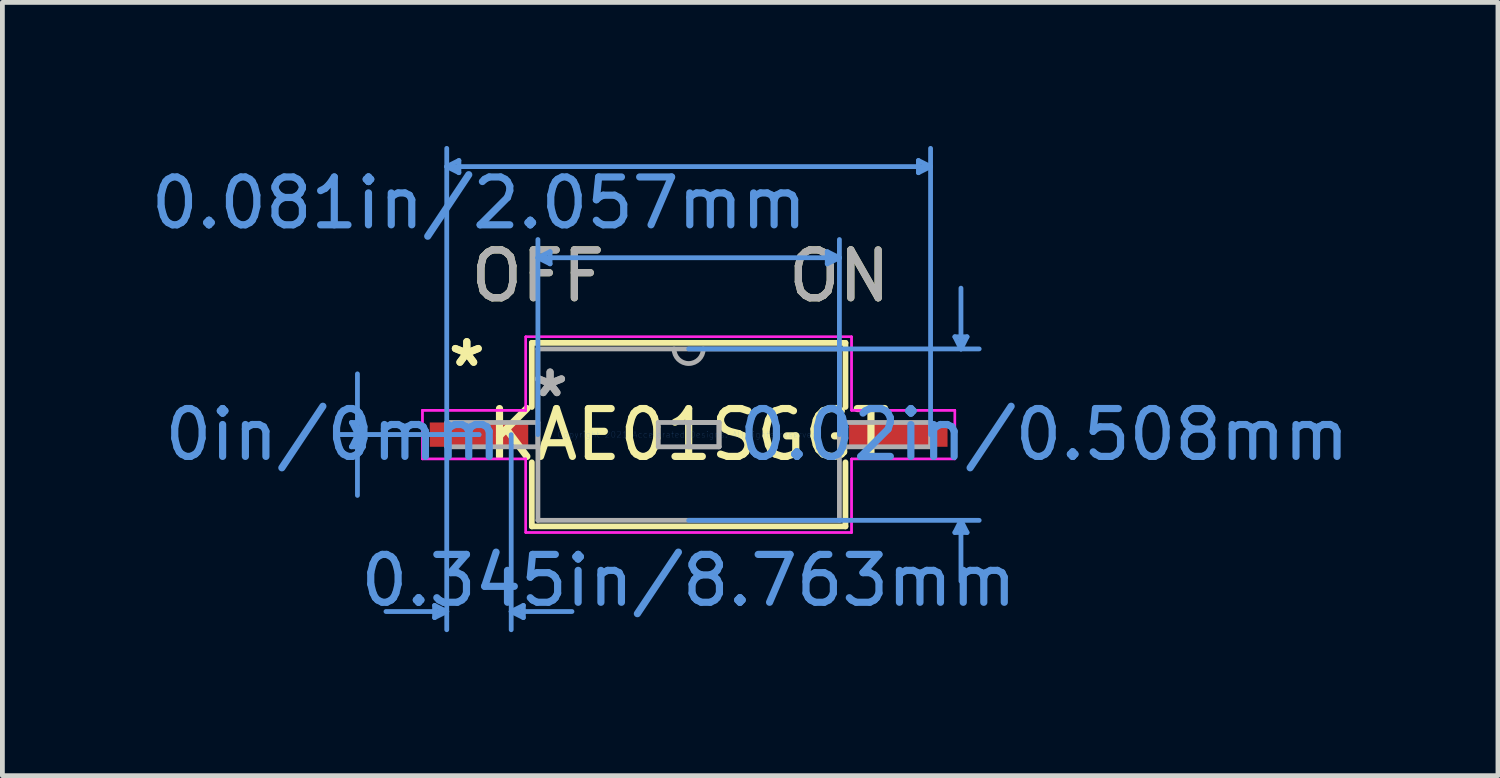
<source format=kicad_pcb>
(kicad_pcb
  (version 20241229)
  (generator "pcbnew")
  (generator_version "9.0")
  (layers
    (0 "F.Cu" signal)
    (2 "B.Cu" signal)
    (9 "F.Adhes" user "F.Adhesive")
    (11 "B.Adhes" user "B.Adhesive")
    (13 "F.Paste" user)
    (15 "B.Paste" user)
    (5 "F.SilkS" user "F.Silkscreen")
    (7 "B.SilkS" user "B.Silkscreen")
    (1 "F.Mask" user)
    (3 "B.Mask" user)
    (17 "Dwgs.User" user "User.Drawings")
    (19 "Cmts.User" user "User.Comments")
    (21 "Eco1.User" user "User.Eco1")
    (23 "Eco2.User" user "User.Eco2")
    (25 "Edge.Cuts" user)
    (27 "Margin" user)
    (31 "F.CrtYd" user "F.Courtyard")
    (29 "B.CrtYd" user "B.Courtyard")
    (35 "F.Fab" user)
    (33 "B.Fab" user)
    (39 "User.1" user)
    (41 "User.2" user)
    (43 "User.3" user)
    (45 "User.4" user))
  (footprint "KAE01SGGT"
    (layer "F.Cu")
    (at 11.34 6.032)
    (property "Reference" "KAE01SGGT" (at 0 0 0) (layer "F.SilkS") (effects (font (size 1 1) (thickness 0.15))))
    (attr through_hole)
    (fp_line (start -3.277 -1.918) (end -3.277 -0.578) (stroke (width 0.12) (type solid)) (layer "F.SilkS"))
    (fp_line (start -3.277 0.578) (end -3.277 1.918) (stroke (width 0.12) (type solid)) (layer "F.SilkS"))
    (fp_line (start -3.277 1.918) (end 3.277 1.918) (stroke (width 0.12) (type solid)) (layer "F.SilkS"))
    (fp_line (start 3.277 -1.918) (end -3.277 -1.918) (stroke (width 0.12) (type solid)) (layer "F.SilkS"))
    (fp_line (start 3.277 -0.578) (end 3.277 -1.918) (stroke (width 0.12) (type solid)) (layer "F.SilkS"))
    (fp_line (start 3.277 1.918) (end 3.277 0.578) (stroke (width 0.12) (type solid)) (layer "F.SilkS"))
    (fp_line (start -7.048 -0.254) (end -6.795 -0.254) (stroke (width 0.1) (type solid)) (layer "Cmts.User"))
    (fp_line (start -7.048 0.254) (end -6.795 0.254) (stroke (width 0.1) (type solid)) (layer "Cmts.User"))
    (fp_line (start -6.921 0) (end -7.048 -0.254) (stroke (width 0.1) (type solid)) (layer "Cmts.User"))
    (fp_line (start -6.921 0) (end -7.048 0.254) (stroke (width 0.1) (type solid)) (layer "Cmts.User"))
    (fp_line (start -6.921 0) (end -6.921 -1.27) (stroke (width 0.1) (type solid)) (layer "Cmts.User"))
    (fp_line (start -6.921 0) (end -6.921 1.27) (stroke (width 0.1) (type solid)) (layer "Cmts.User"))
    (fp_line (start -6.921 0) (end -6.795 -0.254) (stroke (width 0.1) (type solid)) (layer "Cmts.User"))
    (fp_line (start -6.921 0) (end -6.795 0.254) (stroke (width 0.1) (type solid)) (layer "Cmts.User"))
    (fp_line (start -5.309 3.569) (end -5.309 3.823) (stroke (width 0.1) (type solid)) (layer "Cmts.User"))
    (fp_line (start -5.055 -5.601) (end -4.801 -5.728) (stroke (width 0.1) (type solid)) (layer "Cmts.User"))
    (fp_line (start -5.055 -5.601) (end -4.801 -5.474) (stroke (width 0.1) (type solid)) (layer "Cmts.User"))
    (fp_line (start -5.055 -5.601) (end 5.055 -5.601) (stroke (width 0.1) (type solid)) (layer "Cmts.User"))
    (fp_line (start -5.055 0) (end -5.055 -5.982) (stroke (width 0.1) (type solid)) (layer "Cmts.User"))
    (fp_line (start -5.055 0) (end -5.055 4.077) (stroke (width 0.1) (type solid)) (layer "Cmts.User"))
    (fp_line (start -5.055 3.696) (end -6.325 3.696) (stroke (width 0.1) (type solid)) (layer "Cmts.User"))
    (fp_line (start -5.055 3.696) (end -5.309 3.569) (stroke (width 0.1) (type solid)) (layer "Cmts.User"))
    (fp_line (start -5.055 3.696) (end -5.309 3.823) (stroke (width 0.1) (type solid)) (layer "Cmts.User"))
    (fp_line (start -4.801 -5.728) (end -4.801 -5.474) (stroke (width 0.1) (type solid)) (layer "Cmts.User"))
    (fp_line (start -4.381 0) (end -7.303 0) (stroke (width 0.1) (type solid)) (layer "Cmts.User"))
    (fp_line (start -4.381 0) (end -7.303 0) (stroke (width 0.1) (type solid)) (layer "Cmts.User"))
    (fp_line (start -3.708 0) (end -3.708 4.077) (stroke (width 0.1) (type solid)) (layer "Cmts.User"))
    (fp_line (start -3.708 3.696) (end -3.454 3.569) (stroke (width 0.1) (type solid)) (layer "Cmts.User"))
    (fp_line (start -3.708 3.696) (end -3.454 3.823) (stroke (width 0.1) (type solid)) (layer "Cmts.User"))
    (fp_line (start -3.708 3.696) (end -2.438 3.696) (stroke (width 0.1) (type solid)) (layer "Cmts.User"))
    (fp_line (start -3.454 3.569) (end -3.454 3.823) (stroke (width 0.1) (type solid)) (layer "Cmts.User"))
    (fp_line (start -3.15 -3.696) (end -2.896 -3.823) (stroke (width 0.1) (type solid)) (layer "Cmts.User"))
    (fp_line (start -3.15 -3.696) (end -2.896 -3.569) (stroke (width 0.1) (type solid)) (layer "Cmts.User"))
    (fp_line (start -3.15 -3.696) (end 3.15 -3.696) (stroke (width 0.1) (type solid)) (layer "Cmts.User"))
    (fp_line (start -3.15 0) (end -3.15 -4.077) (stroke (width 0.1) (type solid)) (layer "Cmts.User"))
    (fp_line (start -2.896 -3.823) (end -2.896 -3.569) (stroke (width 0.1) (type solid)) (layer "Cmts.User"))
    (fp_line (start 0 -1.791) (end 6.071 -1.791) (stroke (width 0.1) (type solid)) (layer "Cmts.User"))
    (fp_line (start 0 1.791) (end 6.071 1.791) (stroke (width 0.1) (type solid)) (layer "Cmts.User"))
    (fp_line (start 2.896 -3.823) (end 2.896 -3.569) (stroke (width 0.1) (type solid)) (layer "Cmts.User"))
    (fp_line (start 3.15 -3.696) (end 2.896 -3.823) (stroke (width 0.1) (type solid)) (layer "Cmts.User"))
    (fp_line (start 3.15 -3.696) (end 2.896 -3.569) (stroke (width 0.1) (type solid)) (layer "Cmts.User"))
    (fp_line (start 3.15 0) (end 3.15 -4.077) (stroke (width 0.1) (type solid)) (layer "Cmts.User"))
    (fp_line (start 4.801 -5.728) (end 4.801 -5.474) (stroke (width 0.1) (type solid)) (layer "Cmts.User"))
    (fp_line (start 5.055 -5.601) (end 4.801 -5.728) (stroke (width 0.1) (type solid)) (layer "Cmts.User"))
    (fp_line (start 5.055 -5.601) (end 4.801 -5.474) (stroke (width 0.1) (type solid)) (layer "Cmts.User"))
    (fp_line (start 5.055 0) (end 5.055 -5.982) (stroke (width 0.1) (type solid)) (layer "Cmts.User"))
    (fp_line (start 5.563 -2.045) (end 5.817 -2.045) (stroke (width 0.1) (type solid)) (layer "Cmts.User"))
    (fp_line (start 5.563 2.045) (end 5.817 2.045) (stroke (width 0.1) (type solid)) (layer "Cmts.User"))
    (fp_line (start 5.69 -1.791) (end 5.563 -2.045) (stroke (width 0.1) (type solid)) (layer "Cmts.User"))
    (fp_line (start 5.69 -1.791) (end 5.69 -3.061) (stroke (width 0.1) (type solid)) (layer "Cmts.User"))
    (fp_line (start 5.69 -1.791) (end 5.817 -2.045) (stroke (width 0.1) (type solid)) (layer "Cmts.User"))
    (fp_line (start 5.69 1.791) (end 5.563 2.045) (stroke (width 0.1) (type solid)) (layer "Cmts.User"))
    (fp_line (start 5.69 1.791) (end 5.69 3.061) (stroke (width 0.1) (type solid)) (layer "Cmts.User"))
    (fp_line (start 5.69 1.791) (end 5.817 2.045) (stroke (width 0.1) (type solid)) (layer "Cmts.User"))
    (fp_line (start -5.563 -0.508) (end -3.404 -0.508) (stroke (width 0.05) (type solid)) (layer "F.CrtYd"))
    (fp_line (start -5.563 -0.508) (end -3.404 -0.508) (stroke (width 0.05) (type solid)) (layer "F.CrtYd"))
    (fp_line (start -5.563 0.508) (end -5.563 -0.508) (stroke (width 0.05) (type solid)) (layer "F.CrtYd"))
    (fp_line (start -5.563 0.508) (end -5.563 -0.508) (stroke (width 0.05) (type solid)) (layer "F.CrtYd"))
    (fp_line (start -3.404 -2.045) (end 3.404 -2.045) (stroke (width 0.05) (type solid)) (layer "F.CrtYd"))
    (fp_line (start -3.404 -2.045) (end 3.404 -2.045) (stroke (width 0.05) (type solid)) (layer "F.CrtYd"))
    (fp_line (start -3.404 -0.508) (end -3.404 -2.045) (stroke (width 0.05) (type solid)) (layer "F.CrtYd"))
    (fp_line (start -3.404 -0.508) (end -3.404 -2.045) (stroke (width 0.05) (type solid)) (layer "F.CrtYd"))
    (fp_line (start -3.404 0.508) (end -5.563 0.508) (stroke (width 0.05) (type solid)) (layer "F.CrtYd"))
    (fp_line (start -3.404 0.508) (end -5.563 0.508) (stroke (width 0.05) (type solid)) (layer "F.CrtYd"))
    (fp_line (start -3.404 2.045) (end -3.404 0.508) (stroke (width 0.05) (type solid)) (layer "F.CrtYd"))
    (fp_line (start -3.404 2.045) (end -3.404 0.508) (stroke (width 0.05) (type solid)) (layer "F.CrtYd"))
    (fp_line (start 3.404 -2.045) (end 3.404 -0.508) (stroke (width 0.05) (type solid)) (layer "F.CrtYd"))
    (fp_line (start 3.404 -2.045) (end 3.404 -0.508) (stroke (width 0.05) (type solid)) (layer "F.CrtYd"))
    (fp_line (start 3.404 -0.508) (end 5.563 -0.508) (stroke (width 0.05) (type solid)) (layer "F.CrtYd"))
    (fp_line (start 3.404 -0.508) (end 5.563 -0.508) (stroke (width 0.05) (type solid)) (layer "F.CrtYd"))
    (fp_line (start 3.404 0.508) (end 3.404 2.045) (stroke (width 0.05) (type solid)) (layer "F.CrtYd"))
    (fp_line (start 3.404 0.508) (end 3.404 2.045) (stroke (width 0.05) (type solid)) (layer "F.CrtYd"))
    (fp_line (start 3.404 2.045) (end -3.404 2.045) (stroke (width 0.05) (type solid)) (layer "F.CrtYd"))
    (fp_line (start 3.404 2.045) (end -3.404 2.045) (stroke (width 0.05) (type solid)) (layer "F.CrtYd"))
    (fp_line (start 5.563 -0.508) (end 5.563 0.508) (stroke (width 0.05) (type solid)) (layer "F.CrtYd"))
    (fp_line (start 5.563 -0.508) (end 5.563 0.508) (stroke (width 0.05) (type solid)) (layer "F.CrtYd"))
    (fp_line (start 5.563 0.508) (end 3.404 0.508) (stroke (width 0.05) (type solid)) (layer "F.CrtYd"))
    (fp_line (start 5.563 0.508) (end 3.404 0.508) (stroke (width 0.05) (type solid)) (layer "F.CrtYd"))
    (fp_line (start -5.055 -0.254) (end -5.055 0.254) (stroke (width 0.1) (type solid)) (layer "F.Fab"))
    (fp_line (start -5.055 0.254) (end -3.15 0.254) (stroke (width 0.1) (type solid)) (layer "F.Fab"))
    (fp_line (start -3.15 -1.791) (end -3.15 1.791) (stroke (width 0.1) (type solid)) (layer "F.Fab"))
    (fp_line (start -3.15 -0.254) (end -5.055 -0.254) (stroke (width 0.1) (type solid)) (layer "F.Fab"))
    (fp_line (start -3.15 0.254) (end -3.15 -0.254) (stroke (width 0.1) (type solid)) (layer "F.Fab"))
    (fp_line (start -3.15 1.791) (end 3.15 1.791) (stroke (width 0.1) (type solid)) (layer "F.Fab"))
    (fp_line (start -0.635 -0.254) (end 0.635 -0.254) (stroke (width 0.1) (type solid)) (layer "F.Fab"))
    (fp_line (start -0.635 0.254) (end -0.635 -0.254) (stroke (width 0.1) (type solid)) (layer "F.Fab"))
    (fp_line (start 0 -0.254) (end 0.635 -0.254) (stroke (width 0.1) (type solid)) (layer "F.Fab"))
    (fp_line (start 0 0.254) (end 0 -0.254) (stroke (width 0.1) (type solid)) (layer "F.Fab"))
    (fp_line (start 0.635 -0.254) (end 0.635 0.254) (stroke (width 0.1) (type solid)) (layer "F.Fab"))
    (fp_line (start 0.635 -0.254) (end 0.635 0.254) (stroke (width 0.1) (type solid)) (layer "F.Fab"))
    (fp_line (start 0.635 0.254) (end -0.635 0.254) (stroke (width 0.1) (type solid)) (layer "F.Fab"))
    (fp_line (start 0.635 0.254) (end 0 0.254) (stroke (width 0.1) (type solid)) (layer "F.Fab"))
    (fp_line (start 3.15 -1.791) (end -3.15 -1.791) (stroke (width 0.1) (type solid)) (layer "F.Fab"))
    (fp_line (start 3.15 -0.254) (end 3.15 0.254) (stroke (width 0.1) (type solid)) (layer "F.Fab"))
    (fp_line (start 3.15 0.254) (end 5.055 0.254) (stroke (width 0.1) (type solid)) (layer "F.Fab"))
    (fp_line (start 3.15 1.791) (end 3.15 -1.791) (stroke (width 0.1) (type solid)) (layer "F.Fab"))
    (fp_line (start 5.055 -0.254) (end 3.15 -0.254) (stroke (width 0.1) (type solid)) (layer "F.Fab"))
    (fp_line (start 5.055 0.254) (end 5.055 -0.254) (stroke (width 0.1) (type solid)) (layer "F.Fab"))
    (fp_arc (start 0.3048 -1.7907) (mid 0 -1.4859) (end -0.3048 -1.7907) (stroke (width 0.1) (type solid)) (layer "F.Fab"))
    (fp_text user "*" (at -4.636 -1.397 0) (layer "F.SilkS") (effects (font (size 1 1) (thickness 0.15))))
    (fp_text user "OFF" (at -3.15 -3.315 0) (layer "F.SilkS") (effects (font (size 1 1) (thickness 0.15))))
    (fp_text user "ON" (at 3.15 -3.315 0) (layer "F.SilkS") (effects (font (size 1 1) (thickness 0.15))))
    (fp_text user "*" (at -4.636 -1.397 0) (layer "F.SilkS") (effects (font (size 1 1) (thickness 0.15))))
    (fp_text user "0.345in/8.763mm" (at 0 3.048 0) (layer "Cmts.User") (effects (font (size 1 1) (thickness 0.15))))
    (fp_text user "Copyright 2021 Accelerated Designs. All rights reserved." (at 0 0 0) (layer "Cmts.User") (effects (font (size 0.127 0.127) (thickness 0.002))))
    (fp_text user "0.081in/2.057mm" (at -4.381 -4.839 0) (layer "Cmts.User") (effects (font (size 1 1) (thickness 0.15))))
    (fp_text user "0.02in/0.508mm" (at 7.429 0 0) (layer "Cmts.User") (effects (font (size 1 1) (thickness 0.15))))
    (fp_text user "0in/0mm" (at -7.429 0 0) (layer "Cmts.User") (effects (font (size 1 1) (thickness 0.15))))
    (fp_text user "*" (at -2.896 -0.762 0) (layer "F.Fab") (effects (font (size 1 1) (thickness 0.15))))
    (fp_text user "OFF" (at -3.15 -3.315 0) (layer "F.Fab") (effects (font (size 1 1) (thickness 0.15))))
    (fp_text user "ON" (at 3.15 -3.315 0) (layer "F.Fab") (effects (font (size 1 1) (thickness 0.15))))
    (fp_text user "*" (at -2.896 -0.762 0) (layer "F.Fab") (effects (font (size 1 1) (thickness 0.15))))
    (pad "1" smd rect (at -4.381 0) (size 2.057 0.508) (layers "F.Cu" "F.Mask" "F.Paste"))
    (pad "2" smd rect (at 4.381 0) (size 2.057 0.508) (layers "F.Cu" "F.Mask" "F.Paste")))
  (gr_rect
    (start -3 -3)
    (end 28.251 13.158)
    (stroke (width 0.1) (type default))
    (fill no)
    (layer "Edge.Cuts")))
</source>
